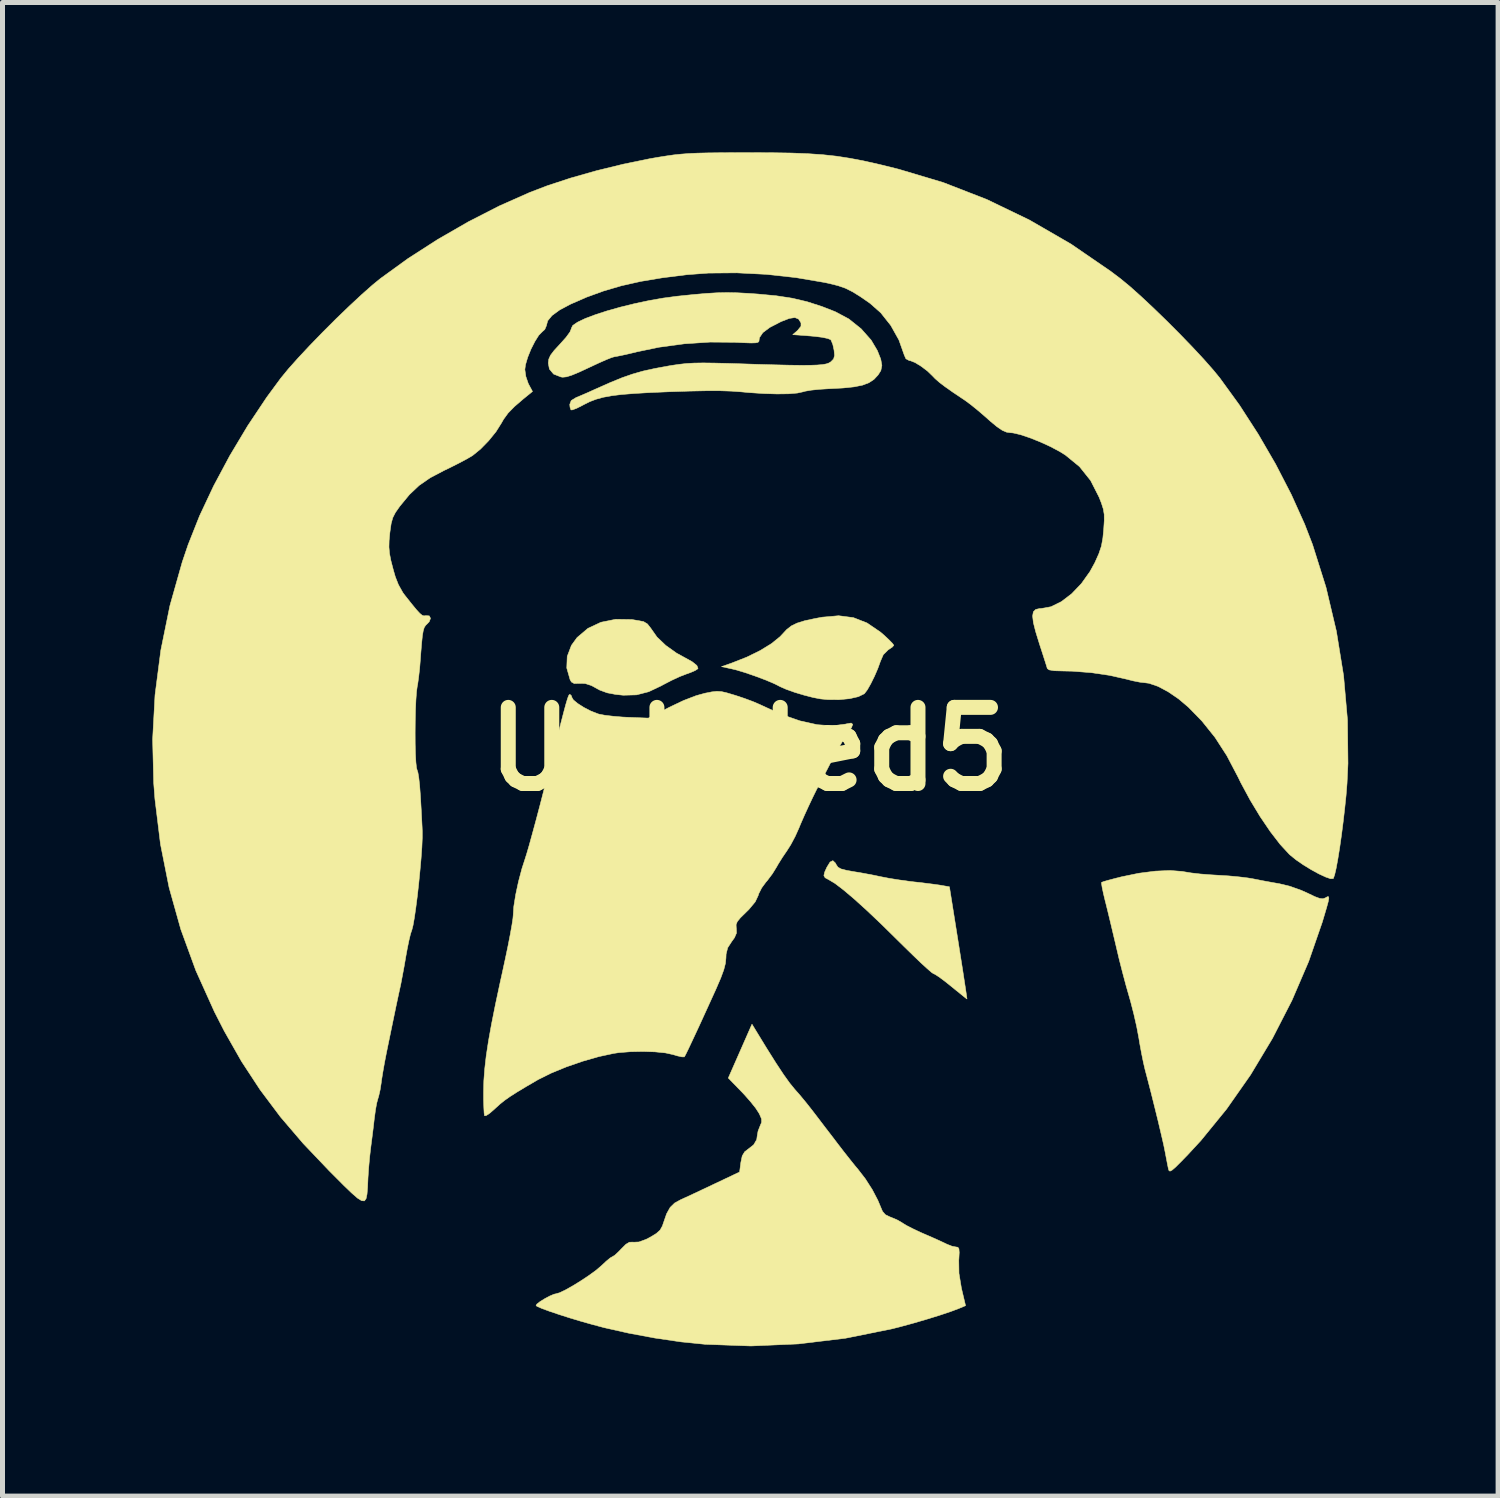
<source format=kicad_pcb>
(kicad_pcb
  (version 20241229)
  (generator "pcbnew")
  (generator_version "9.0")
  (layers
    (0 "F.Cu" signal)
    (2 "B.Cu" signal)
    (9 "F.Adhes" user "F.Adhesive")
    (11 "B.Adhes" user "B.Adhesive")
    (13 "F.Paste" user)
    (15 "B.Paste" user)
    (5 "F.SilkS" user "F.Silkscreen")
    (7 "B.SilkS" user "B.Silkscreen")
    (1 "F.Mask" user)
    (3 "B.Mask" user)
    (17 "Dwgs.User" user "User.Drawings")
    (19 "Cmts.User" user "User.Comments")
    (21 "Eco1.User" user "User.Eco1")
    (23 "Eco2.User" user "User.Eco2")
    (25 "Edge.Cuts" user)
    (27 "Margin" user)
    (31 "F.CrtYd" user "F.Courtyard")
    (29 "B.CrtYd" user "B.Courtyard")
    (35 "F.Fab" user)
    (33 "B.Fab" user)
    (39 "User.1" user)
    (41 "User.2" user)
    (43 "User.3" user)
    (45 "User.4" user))
  (footprint "Untitled5"
    (layer "F.Cu")
    (at 11.949 11.943)
    (property "Reference" "Untitled5" (at 0 0 0) (layer "F.SilkS") (effects (font (size 1.524 1.524) (thickness 0.3))))
    (attr through_hole)
    (fp_poly (pts (xy -2.35 -2.593) (xy -2.119 -2.552) (xy -2.04 -2.504) (xy -1.971 -2.416) (xy -1.966 -2.408) (xy -1.849 -2.242) (xy -1.674 -2.075) (xy -1.46 -1.922) (xy -1.309 -1.839) (xy -1.146 -1.749) (xy -1.051 -1.673) (xy -1.028 -1.616) (xy -1.032 -1.608) (xy -1.08 -1.575) (xy -1.178 -1.532) (xy -1.261 -1.503) (xy -1.395 -1.451) (xy -1.563 -1.373) (xy -1.732 -1.285) (xy -1.758 -1.27) (xy -2.015 -1.148) (xy -2.26 -1.085) (xy -2.524 -1.078) (xy -2.677 -1.094) (xy -2.846 -1.126) (xy -2.996 -1.181) (xy -3.165 -1.273) (xy -3.165 -1.273) (xy -3.289 -1.313) (xy -3.405 -1.315) (xy -3.506 -1.312) (xy -3.562 -1.343) (xy -3.588 -1.388) (xy -3.655 -1.622) (xy -3.646 -1.855) (xy -3.562 -2.076) (xy -3.449 -2.232) (xy -3.232 -2.416) (xy -2.972 -2.538) (xy -2.675 -2.598) (xy -2.35 -2.593)) (stroke (width 0.01) (type solid)) (fill yes) (layer "F.SilkS"))
    (fp_poly (pts (xy 2.082 -2.631) (xy 2.357 -2.523) (xy 2.624 -2.341) (xy 2.696 -2.279) (xy 2.794 -2.187) (xy 2.865 -2.114) (xy 2.891 -2.077) (xy 2.861 -2.042) (xy 2.787 -1.992) (xy 2.782 -1.99) (xy 2.68 -1.889) (xy 2.622 -1.755) (xy 2.572 -1.616) (xy 2.505 -1.46) (xy 2.431 -1.31) (xy 2.361 -1.187) (xy 2.305 -1.113) (xy 2.299 -1.107) (xy 2.18 -1.049) (xy 2.005 -1.009) (xy 1.794 -0.989) (xy 1.567 -0.991) (xy 1.426 -1.004) (xy 1.275 -1.033) (xy 1.093 -1.08) (xy 0.906 -1.136) (xy 0.74 -1.195) (xy 0.621 -1.247) (xy 0.608 -1.254) (xy 0.484 -1.316) (xy 0.309 -1.389) (xy 0.106 -1.465) (xy -0.099 -1.535) (xy -0.282 -1.589) (xy -0.363 -1.608) (xy -0.558 -1.65) (xy -0.348 -1.724) (xy -0.051 -1.841) (xy 0.218 -1.973) (xy 0.445 -2.113) (xy 0.615 -2.251) (xy 0.659 -2.298) (xy 0.747 -2.393) (xy 0.841 -2.466) (xy 0.956 -2.522) (xy 1.108 -2.569) (xy 1.313 -2.613) (xy 1.458 -2.64) (xy 1.786 -2.669) (xy 2.082 -2.631)) (stroke (width 0.01) (type solid)) (fill yes) (layer "F.SilkS"))
    (fp_poly (pts (xy 1.723 2.282) (xy 1.739 2.315) (xy 1.773 2.364) (xy 1.835 2.399) (xy 1.944 2.427) (xy 2.071 2.45) (xy 2.267 2.483) (xy 2.481 2.523) (xy 2.638 2.556) (xy 2.804 2.588) (xy 3.012 2.621) (xy 3.226 2.65) (xy 3.302 2.659) (xy 3.488 2.68) (xy 3.664 2.702) (xy 3.801 2.721) (xy 3.848 2.729) (xy 4.004 2.756) (xy 4.183 3.879) (xy 4.228 4.164) (xy 4.269 4.423) (xy 4.303 4.645) (xy 4.33 4.822) (xy 4.348 4.943) (xy 4.355 4.999) (xy 4.355 5.002) (xy 4.324 4.979) (xy 4.246 4.916) (xy 4.133 4.825) (xy 4.04 4.749) (xy 3.906 4.642) (xy 3.792 4.558) (xy 3.711 4.506) (xy 3.684 4.495) (xy 3.644 4.468) (xy 3.558 4.393) (xy 3.432 4.278) (xy 3.277 4.129) (xy 3.099 3.955) (xy 2.961 3.819) (xy 2.641 3.504) (xy 2.352 3.23) (xy 2.098 3) (xy 1.884 2.819) (xy 1.714 2.689) (xy 1.59 2.615) (xy 1.587 2.613) (xy 1.516 2.575) (xy 1.491 2.531) (xy 1.508 2.46) (xy 1.551 2.365) (xy 1.615 2.261) (xy 1.671 2.233) (xy 1.723 2.282)) (stroke (width 0.01) (type solid)) (fill yes) (layer "F.SilkS"))
    (fp_poly (pts (xy 8.666 2.449) (xy 8.715 2.458) (xy 8.844 2.479) (xy 9.025 2.5) (xy 9.23 2.516) (xy 9.378 2.525) (xy 9.59 2.538) (xy 9.803 2.558) (xy 9.987 2.581) (xy 10.082 2.597) (xy 10.264 2.633) (xy 10.47 2.671) (xy 10.609 2.695) (xy 10.819 2.746) (xy 11.046 2.827) (xy 11.169 2.882) (xy 11.317 2.953) (xy 11.415 2.989) (xy 11.48 2.996) (xy 11.529 2.978) (xy 11.53 2.977) (xy 11.569 2.955) (xy 11.592 2.955) (xy 11.598 2.985) (xy 11.585 3.056) (xy 11.552 3.177) (xy 11.498 3.359) (xy 11.467 3.463) (xy 11.195 4.249) (xy 10.86 5.029) (xy 10.47 5.789) (xy 10.032 6.519) (xy 9.552 7.204) (xy 9.039 7.833) (xy 8.773 8.121) (xy 8.626 8.272) (xy 8.524 8.373) (xy 8.458 8.429) (xy 8.419 8.448) (xy 8.398 8.436) (xy 8.387 8.402) (xy 8.368 8.31) (xy 8.342 8.175) (xy 8.322 8.069) (xy 8.292 7.921) (xy 8.244 7.713) (xy 8.184 7.458) (xy 8.114 7.174) (xy 8.039 6.873) (xy 7.961 6.572) (xy 7.918 6.409) (xy 7.887 6.275) (xy 7.85 6.094) (xy 7.813 5.893) (xy 7.795 5.783) (xy 7.753 5.56) (xy 7.695 5.304) (xy 7.631 5.055) (xy 7.599 4.943) (xy 7.539 4.733) (xy 7.471 4.478) (xy 7.403 4.212) (xy 7.345 3.966) (xy 7.289 3.729) (xy 7.23 3.48) (xy 7.174 3.248) (xy 7.128 3.062) (xy 7.125 3.052) (xy 7.087 2.894) (xy 7.06 2.766) (xy 7.048 2.686) (xy 7.049 2.668) (xy 7.093 2.651) (xy 7.195 2.622) (xy 7.339 2.584) (xy 7.451 2.556) (xy 7.796 2.485) (xy 8.124 2.443) (xy 8.42 2.43) (xy 8.666 2.449)) (stroke (width 0.01) (type solid)) (fill yes) (layer "F.SilkS"))
    (fp_poly (pts (xy 0.118 5.615) (xy 0.341 5.98) (xy 0.529 6.279) (xy 0.684 6.514) (xy 0.808 6.687) (xy 0.902 6.802) (xy 0.903 6.804) (xy 1.005 6.919) (xy 1.129 7.069) (xy 1.251 7.223) (xy 1.271 7.249) (xy 1.385 7.398) (xy 1.525 7.582) (xy 1.672 7.773) (xy 1.766 7.897) (xy 1.89 8.058) (xy 2.01 8.21) (xy 2.11 8.335) (xy 2.169 8.405) (xy 2.32 8.6) (xy 2.461 8.82) (xy 2.573 9.035) (xy 2.614 9.133) (xy 2.664 9.252) (xy 2.723 9.32) (xy 2.814 9.364) (xy 2.829 9.369) (xy 2.951 9.42) (xy 3.055 9.479) (xy 3.066 9.487) (xy 3.14 9.533) (xy 3.265 9.597) (xy 3.419 9.67) (xy 3.501 9.706) (xy 3.665 9.777) (xy 3.812 9.843) (xy 3.921 9.894) (xy 3.953 9.91) (xy 4.055 9.95) (xy 4.133 9.965) (xy 4.173 9.971) (xy 4.194 10.002) (xy 4.2 10.075) (xy 4.193 10.207) (xy 4.191 10.228) (xy 4.195 10.493) (xy 4.243 10.785) (xy 4.25 10.816) (xy 4.327 11.14) (xy 4.194 11.196) (xy 4.029 11.258) (xy 3.808 11.332) (xy 3.55 11.412) (xy 3.276 11.492) (xy 3.004 11.566) (xy 2.849 11.605) (xy 1.923 11.792) (xy 0.979 11.906) (xy 0.031 11.947) (xy -0.879 11.914) (xy -1.367 11.865) (xy -1.892 11.788) (xy -2.423 11.689) (xy -2.906 11.58) (xy -3.128 11.521) (xy -3.363 11.455) (xy -3.596 11.385) (xy -3.815 11.315) (xy -4.005 11.251) (xy -4.154 11.196) (xy -4.247 11.155) (xy -4.27 11.14) (xy -4.255 11.11) (xy -4.19 11.059) (xy -4.097 11.001) (xy -3.996 10.947) (xy -3.91 10.911) (xy -3.87 10.902) (xy -3.797 10.881) (xy -3.677 10.823) (xy -3.528 10.739) (xy -3.367 10.639) (xy -3.209 10.534) (xy -3.071 10.434) (xy -2.97 10.348) (xy -2.968 10.346) (xy -2.867 10.252) (xy -2.786 10.185) (xy -2.742 10.16) (xy -2.697 10.133) (xy -2.622 10.064) (xy -2.565 10.005) (xy -2.472 9.912) (xy -2.401 9.87) (xy -2.329 9.868) (xy -2.316 9.87) (xy -2.209 9.865) (xy -2.066 9.812) (xy -1.989 9.772) (xy -1.863 9.696) (xy -1.787 9.628) (xy -1.741 9.545) (xy -1.721 9.486) (xy -1.657 9.301) (xy -1.586 9.174) (xy -1.495 9.085) (xy -1.376 9.02) (xy -1.271 8.972) (xy -1.116 8.9) (xy -0.929 8.812) (xy -0.73 8.718) (xy -0.694 8.701) (xy -0.196 8.465) (xy -0.171 8.275) (xy -0.143 8.142) (xy -0.094 8.06) (xy -0.043 8.021) (xy 0.086 7.92) (xy 0.147 7.815) (xy 0.156 7.747) (xy 0.174 7.645) (xy 0.213 7.546) (xy 0.245 7.469) (xy 0.243 7.401) (xy 0.203 7.308) (xy 0.19 7.284) (xy 0.127 7.187) (xy 0.025 7.059) (xy -0.098 6.919) (xy -0.156 6.858) (xy -0.422 6.584) (xy 0.052 5.506) (xy 0.118 5.615)) (stroke (width 0.01) (type solid)) (fill yes) (layer "F.SilkS"))
    (fp_poly (pts (xy -0.556 -1.15) (xy -0.442 -1.123) (xy -0.281 -1.075) (xy -0.275 -1.073) (xy -0.098 -1.014) (xy 0.074 -0.95) (xy 0.209 -0.892) (xy 0.234 -0.88) (xy 0.635 -0.696) (xy 1.012 -0.565) (xy 1.358 -0.488) (xy 1.666 -0.466) (xy 1.93 -0.501) (xy 1.944 -0.505) (xy 2.037 -0.521) (xy 2.069 -0.496) (xy 2.042 -0.426) (xy 1.98 -0.336) (xy 1.896 -0.21) (xy 1.79 -0.03) (xy 1.669 0.189) (xy 1.545 0.431) (xy 1.535 0.449) (xy 1.475 0.569) (xy 1.424 0.666) (xy 1.403 0.703) (xy 1.347 0.806) (xy 1.271 0.96) (xy 1.185 1.142) (xy 1.099 1.33) (xy 1.023 1.504) (xy 0.993 1.578) (xy 0.918 1.745) (xy 0.83 1.911) (xy 0.756 2.028) (xy 0.664 2.163) (xy 0.576 2.304) (xy 0.542 2.364) (xy 0.461 2.495) (xy 0.36 2.63) (xy 0.331 2.663) (xy 0.247 2.777) (xy 0.187 2.895) (xy 0.175 2.934) (xy 0.117 3.057) (xy -0.008 3.208) (xy -0.069 3.268) (xy -0.18 3.377) (xy -0.242 3.453) (xy -0.266 3.514) (xy -0.263 3.578) (xy -0.261 3.589) (xy -0.258 3.682) (xy -0.298 3.775) (xy -0.353 3.851) (xy -0.434 3.976) (xy -0.466 4.104) (xy -0.469 4.18) (xy -0.479 4.287) (xy -0.512 4.416) (xy -0.573 4.582) (xy -0.667 4.8) (xy -0.68 4.829) (xy -0.859 5.222) (xy -1.008 5.548) (xy -1.128 5.805) (xy -1.217 5.994) (xy -1.275 6.113) (xy -1.302 6.161) (xy -1.303 6.161) (xy -1.348 6.161) (xy -1.443 6.14) (xy -1.526 6.115) (xy -1.68 6.081) (xy -1.888 6.06) (xy -2.128 6.052) (xy -2.376 6.057) (xy -2.609 6.075) (xy -2.716 6.091) (xy -3.013 6.155) (xy -3.337 6.248) (xy -3.664 6.361) (xy -3.966 6.485) (xy -4.218 6.61) (xy -4.236 6.62) (xy -4.473 6.758) (xy -4.654 6.867) (xy -4.793 6.956) (xy -4.902 7.033) (xy -4.995 7.108) (xy -5.084 7.189) (xy -5.1 7.204) (xy -5.195 7.287) (xy -5.267 7.335) (xy -5.3 7.339) (xy -5.309 7.287) (xy -5.315 7.175) (xy -5.32 7.019) (xy -5.32 6.861) (xy -5.315 6.638) (xy -5.297 6.4) (xy -5.267 6.138) (xy -5.222 5.843) (xy -5.161 5.504) (xy -5.083 5.113) (xy -4.986 4.659) (xy -4.943 4.465) (xy -4.884 4.192) (xy -4.83 3.935) (xy -4.786 3.708) (xy -4.753 3.523) (xy -4.733 3.392) (xy -4.728 3.338) (xy -4.715 3.149) (xy -4.677 2.912) (xy -4.621 2.651) (xy -4.552 2.391) (xy -4.495 2.215) (xy -4.458 2.098) (xy -4.405 1.917) (xy -4.341 1.684) (xy -4.267 1.412) (xy -4.188 1.112) (xy -4.107 0.797) (xy -4.068 0.645) (xy -3.965 0.237) (xy -3.88 -0.102) (xy -3.81 -0.377) (xy -3.753 -0.597) (xy -3.709 -0.766) (xy -3.675 -0.892) (xy -3.649 -0.98) (xy -3.63 -1.038) (xy -3.616 -1.072) (xy -3.605 -1.089) (xy -3.595 -1.094) (xy -3.59 -1.094) (xy -3.559 -1.063) (xy -3.556 -1.04) (xy -3.523 -0.984) (xy -3.436 -0.912) (xy -3.314 -0.834) (xy -3.175 -0.762) (xy -3.04 -0.709) (xy -3.009 -0.699) (xy -2.893 -0.677) (xy -2.726 -0.657) (xy -2.535 -0.641) (xy -2.428 -0.636) (xy -2.023 -0.62) (xy -1.596 -0.84) (xy -1.318 -0.972) (xy -1.066 -1.069) (xy -0.889 -1.118) (xy -0.752 -1.145) (xy -0.65 -1.156) (xy -0.556 -1.15)) (stroke (width 0.01) (type solid)) (fill yes) (layer "F.SilkS"))
    (fp_poly (pts (xy -0.244 -9.133) (xy -0.02 -9.121) (xy 0.166 -9.108) (xy 0.538 -9.073) (xy 0.859 -9.024) (xy 1.155 -8.954) (xy 1.453 -8.858) (xy 1.719 -8.754) (xy 1.991 -8.609) (xy 2.236 -8.413) (xy 2.437 -8.186) (xy 2.561 -7.977) (xy 2.629 -7.806) (xy 2.652 -7.679) (xy 2.631 -7.575) (xy 2.576 -7.488) (xy 2.493 -7.399) (xy 2.393 -7.333) (xy 2.264 -7.284) (xy 2.094 -7.25) (xy 1.87 -7.227) (xy 1.583 -7.212) (xy 1.402 -7.201) (xy 1.238 -7.184) (xy 1.116 -7.163) (xy 1.075 -7.151) (xy 0.96 -7.126) (xy 0.781 -7.111) (xy 0.552 -7.108) (xy 0.286 -7.116) (xy -0.003 -7.135) (xy -0.163 -7.15) (xy -0.355 -7.164) (xy -0.586 -7.172) (xy -0.864 -7.172) (xy -1.2 -7.165) (xy -1.603 -7.152) (xy -1.627 -7.151) (xy -2.002 -7.135) (xy -2.309 -7.117) (xy -2.558 -7.097) (xy -2.761 -7.072) (xy -2.928 -7.041) (xy -3.069 -7.002) (xy -3.195 -6.954) (xy -3.315 -6.894) (xy -3.346 -6.877) (xy -3.457 -6.821) (xy -3.54 -6.79) (xy -3.571 -6.788) (xy -3.59 -6.843) (xy -3.595 -6.899) (xy -3.566 -6.976) (xy -3.47 -7.035) (xy -3.468 -7.036) (xy -3.369 -7.077) (xy -3.228 -7.138) (xy -3.076 -7.207) (xy -3.068 -7.21) (xy -2.785 -7.336) (xy -2.55 -7.432) (xy -2.338 -7.506) (xy -2.128 -7.566) (xy -1.896 -7.617) (xy -1.62 -7.668) (xy -1.549 -7.68) (xy -1.404 -7.701) (xy -1.262 -7.717) (xy -1.106 -7.726) (xy -0.923 -7.729) (xy -0.697 -7.726) (xy -0.414 -7.719) (xy -0.279 -7.715) (xy 0.148 -7.701) (xy 0.505 -7.691) (xy 0.797 -7.684) (xy 1.032 -7.681) (xy 1.217 -7.682) (xy 1.358 -7.687) (xy 1.463 -7.696) (xy 1.538 -7.709) (xy 1.59 -7.727) (xy 1.627 -7.749) (xy 1.628 -7.749) (xy 1.686 -7.808) (xy 1.705 -7.879) (xy 1.695 -7.984) (xy 1.67 -8.098) (xy 1.636 -8.181) (xy 1.627 -8.194) (xy 1.57 -8.218) (xy 1.456 -8.242) (xy 1.303 -8.261) (xy 1.225 -8.268) (xy 0.868 -8.295) (xy 0.964 -8.378) (xy 1.033 -8.463) (xy 1.033 -8.53) (xy 0.985 -8.607) (xy 0.911 -8.637) (xy 0.799 -8.62) (xy 0.636 -8.557) (xy 0.626 -8.552) (xy 0.409 -8.44) (xy 0.269 -8.335) (xy 0.202 -8.235) (xy 0.195 -8.193) (xy 0.192 -8.162) (xy 0.172 -8.141) (xy 0.124 -8.131) (xy 0.035 -8.128) (xy -0.107 -8.133) (xy -0.303 -8.142) (xy -0.785 -8.146) (xy -1.3 -8.112) (xy -1.811 -8.043) (xy -2.247 -7.952) (xy -2.417 -7.911) (xy -2.562 -7.879) (xy -2.663 -7.859) (xy -2.697 -7.854) (xy -2.754 -7.838) (xy -2.865 -7.794) (xy -3.014 -7.728) (xy -3.188 -7.647) (xy -3.205 -7.639) (xy -3.407 -7.545) (xy -3.554 -7.484) (xy -3.659 -7.451) (xy -3.736 -7.443) (xy -3.771 -7.448) (xy -3.919 -7.506) (xy -4.003 -7.607) (xy -4.025 -7.727) (xy -4.015 -7.805) (xy -3.98 -7.883) (xy -3.907 -7.979) (xy -3.788 -8.108) (xy -3.669 -8.241) (xy -3.591 -8.348) (xy -3.563 -8.417) (xy -3.563 -8.423) (xy -3.535 -8.479) (xy -3.44 -8.544) (xy -3.288 -8.617) (xy -3.087 -8.693) (xy -2.85 -8.77) (xy -2.584 -8.845) (xy -2.3 -8.915) (xy -2.008 -8.977) (xy -1.718 -9.028) (xy -1.439 -9.065) (xy -1.426 -9.066) (xy -1.115 -9.098) (xy -0.861 -9.12) (xy -0.645 -9.133) (xy -0.446 -9.137) (xy -0.244 -9.133)) (stroke (width 0.01) (type solid)) (fill yes) (layer "F.SilkS"))
    (fp_poly (pts (xy 0.462 -11.936) (xy 0.84 -11.93) (xy 1.17 -11.917) (xy 1.466 -11.897) (xy 1.742 -11.867) (xy 2.013 -11.825) (xy 2.294 -11.771) (xy 2.598 -11.703) (xy 2.942 -11.618) (xy 2.989 -11.606) (xy 3.877 -11.341) (xy 4.752 -11.001) (xy 5.606 -10.589) (xy 6.436 -10.109) (xy 7.233 -9.562) (xy 7.425 -9.417) (xy 7.61 -9.265) (xy 7.833 -9.066) (xy 8.083 -8.832) (xy 8.346 -8.577) (xy 8.611 -8.312) (xy 8.864 -8.05) (xy 9.094 -7.803) (xy 9.288 -7.583) (xy 9.417 -7.425) (xy 9.809 -6.885) (xy 10.184 -6.304) (xy 10.534 -5.701) (xy 10.847 -5.094) (xy 11.114 -4.501) (xy 11.271 -4.095) (xy 11.541 -3.238) (xy 11.749 -2.359) (xy 11.893 -1.47) (xy 11.971 -0.583) (xy 11.981 0.288) (xy 11.962 0.688) (xy 11.943 0.926) (xy 11.916 1.186) (xy 11.885 1.455) (xy 11.851 1.721) (xy 11.815 1.973) (xy 11.779 2.197) (xy 11.745 2.383) (xy 11.714 2.517) (xy 11.689 2.587) (xy 11.686 2.592) (xy 11.633 2.595) (xy 11.532 2.56) (xy 11.397 2.497) (xy 11.244 2.413) (xy 11.087 2.317) (xy 10.942 2.217) (xy 10.824 2.121) (xy 10.808 2.107) (xy 10.625 1.909) (xy 10.427 1.652) (xy 10.223 1.351) (xy 10.023 1.02) (xy 9.837 0.675) (xy 9.781 0.56) (xy 9.557 0.133) (xy 9.32 -0.234) (xy 9.057 -0.562) (xy 8.79 -0.836) (xy 8.589 -1.006) (xy 8.379 -1.149) (xy 8.177 -1.256) (xy 7.999 -1.317) (xy 7.907 -1.329) (xy 7.816 -1.339) (xy 7.68 -1.366) (xy 7.528 -1.404) (xy 7.525 -1.405) (xy 7.202 -1.477) (xy 6.838 -1.53) (xy 6.467 -1.559) (xy 6.281 -1.563) (xy 6.105 -1.568) (xy 6.001 -1.585) (xy 5.963 -1.612) (xy 5.947 -1.667) (xy 5.911 -1.779) (xy 5.862 -1.932) (xy 5.808 -2.098) (xy 5.731 -2.347) (xy 5.684 -2.533) (xy 5.669 -2.664) (xy 5.684 -2.748) (xy 5.731 -2.795) (xy 5.81 -2.813) (xy 5.841 -2.814) (xy 6.037 -2.849) (xy 6.244 -2.951) (xy 6.45 -3.108) (xy 6.645 -3.312) (xy 6.817 -3.553) (xy 6.915 -3.732) (xy 6.995 -3.911) (xy 7.046 -4.063) (xy 7.075 -4.223) (xy 7.092 -4.396) (xy 7.103 -4.571) (xy 7.102 -4.697) (xy 7.084 -4.805) (xy 7.046 -4.923) (xy 7 -5.041) (xy 6.83 -5.375) (xy 6.608 -5.653) (xy 6.326 -5.884) (xy 6.209 -5.957) (xy 6.022 -6.056) (xy 5.816 -6.15) (xy 5.609 -6.232) (xy 5.423 -6.294) (xy 5.277 -6.328) (xy 5.229 -6.332) (xy 5.148 -6.343) (xy 5.062 -6.38) (xy 4.957 -6.451) (xy 4.819 -6.565) (xy 4.722 -6.652) (xy 4.58 -6.774) (xy 4.435 -6.892) (xy 4.313 -6.982) (xy 4.298 -6.992) (xy 4.081 -7.137) (xy 3.919 -7.251) (xy 3.801 -7.341) (xy 3.716 -7.416) (xy 3.673 -7.461) (xy 3.565 -7.566) (xy 3.438 -7.662) (xy 3.315 -7.737) (xy 3.218 -7.775) (xy 3.2 -7.776) (xy 3.133 -7.812) (xy 3.101 -7.884) (xy 2.993 -8.188) (xy 2.831 -8.478) (xy 2.63 -8.732) (xy 2.416 -8.921) (xy 2.22 -9.057) (xy 2.063 -9.154) (xy 1.923 -9.224) (xy 1.776 -9.275) (xy 1.601 -9.319) (xy 1.502 -9.34) (xy 0.932 -9.437) (xy 0.339 -9.502) (xy -0.254 -9.532) (xy -0.822 -9.527) (xy -1.25 -9.495) (xy -1.743 -9.433) (xy -2.174 -9.361) (xy -2.56 -9.274) (xy -2.918 -9.169) (xy -3.265 -9.043) (xy -3.282 -9.035) (xy -3.576 -8.907) (xy -3.798 -8.789) (xy -3.95 -8.678) (xy -4.037 -8.572) (xy -4.064 -8.471) (xy -4.095 -8.399) (xy -4.146 -8.353) (xy -4.215 -8.283) (xy -4.293 -8.159) (xy -4.371 -8.005) (xy -4.437 -7.842) (xy -4.481 -7.693) (xy -4.494 -7.597) (xy -4.474 -7.457) (xy -4.426 -7.317) (xy -4.417 -7.3) (xy -4.341 -7.158) (xy -4.525 -7.008) (xy -4.702 -6.856) (xy -4.829 -6.726) (xy -4.92 -6.601) (xy -4.965 -6.522) (xy -5.072 -6.352) (xy -5.219 -6.171) (xy -5.382 -6.004) (xy -5.537 -5.878) (xy -5.554 -5.867) (xy -5.662 -5.804) (xy -5.818 -5.721) (xy -5.997 -5.631) (xy -6.116 -5.574) (xy -6.389 -5.43) (xy -6.61 -5.277) (xy -6.804 -5.094) (xy -6.996 -4.861) (xy -7.004 -4.85) (xy -7.086 -4.733) (xy -7.138 -4.63) (xy -7.17 -4.514) (xy -7.193 -4.353) (xy -7.197 -4.323) (xy -7.211 -4.17) (xy -7.214 -4.042) (xy -7.203 -3.916) (xy -7.175 -3.772) (xy -7.127 -3.588) (xy -7.087 -3.449) (xy -7.025 -3.291) (xy -6.936 -3.132) (xy -6.896 -3.078) (xy -6.761 -2.908) (xy -6.665 -2.791) (xy -6.598 -2.718) (xy -6.551 -2.679) (xy -6.515 -2.666) (xy -6.481 -2.67) (xy -6.478 -2.671) (xy -6.407 -2.666) (xy -6.382 -2.617) (xy -6.409 -2.548) (xy -6.444 -2.511) (xy -6.48 -2.476) (xy -6.508 -2.433) (xy -6.528 -2.367) (xy -6.545 -2.267) (xy -6.56 -2.119) (xy -6.577 -1.912) (xy -6.585 -1.798) (xy -6.6 -1.613) (xy -6.62 -1.437) (xy -6.639 -1.299) (xy -6.647 -1.261) (xy -6.662 -1.151) (xy -6.674 -0.988) (xy -6.683 -0.787) (xy -6.688 -0.563) (xy -6.69 -0.331) (xy -6.689 -0.106) (xy -6.684 0.096) (xy -6.675 0.261) (xy -6.663 0.374) (xy -6.652 0.414) (xy -6.634 0.47) (xy -6.617 0.573) (xy -6.6 0.727) (xy -6.584 0.94) (xy -6.568 1.218) (xy -6.55 1.567) (xy -6.547 1.641) (xy -6.547 1.777) (xy -6.555 1.964) (xy -6.571 2.188) (xy -6.593 2.435) (xy -6.618 2.691) (xy -6.646 2.942) (xy -6.676 3.175) (xy -6.705 3.375) (xy -6.732 3.529) (xy -6.756 3.623) (xy -6.761 3.636) (xy -6.783 3.702) (xy -6.813 3.827) (xy -6.847 3.992) (xy -6.876 4.151) (xy -6.91 4.349) (xy -6.945 4.536) (xy -6.974 4.69) (xy -6.991 4.769) (xy -7.025 4.925) (xy -7.071 5.141) (xy -7.125 5.402) (xy -7.185 5.692) (xy -7.247 5.993) (xy -7.264 6.076) (xy -7.302 6.271) (xy -7.336 6.464) (xy -7.362 6.625) (xy -7.369 6.682) (xy -7.391 6.823) (xy -7.419 6.946) (xy -7.434 6.995) (xy -7.458 7.082) (xy -7.483 7.218) (xy -7.504 7.375) (xy -7.506 7.386) (xy -7.529 7.587) (xy -7.557 7.81) (xy -7.578 7.972) (xy -7.6 8.162) (xy -7.62 8.384) (xy -7.634 8.59) (xy -7.634 8.597) (xy -7.642 8.775) (xy -7.653 8.909) (xy -7.672 8.999) (xy -7.705 9.043) (xy -7.761 9.039) (xy -7.844 8.987) (xy -7.962 8.884) (xy -8.121 8.731) (xy -8.327 8.524) (xy -8.41 8.441) (xy -8.929 7.896) (xy -9.387 7.36) (xy -9.794 6.817) (xy -10.165 6.251) (xy -10.51 5.644) (xy -10.708 5.256) (xy -11.079 4.433) (xy -11.38 3.608) (xy -11.615 2.769) (xy -11.787 1.903) (xy -11.898 1) (xy -11.923 0.674) (xy -11.944 -0.195) (xy -11.896 -1.083) (xy -11.78 -1.979) (xy -11.598 -2.871) (xy -11.351 -3.745) (xy -11.232 -4.095) (xy -11.005 -4.667) (xy -10.724 -5.265) (xy -10.399 -5.873) (xy -10.041 -6.471) (xy -9.66 -7.042) (xy -9.378 -7.425) (xy -9.226 -7.61) (xy -9.027 -7.833) (xy -8.793 -8.083) (xy -8.538 -8.346) (xy -8.273 -8.611) (xy -8.01 -8.864) (xy -7.763 -9.094) (xy -7.544 -9.288) (xy -7.386 -9.417) (xy -6.833 -9.818) (xy -6.239 -10.2) (xy -5.623 -10.555) (xy -5.003 -10.872) (xy -4.397 -11.141) (xy -4.044 -11.276) (xy -3.575 -11.43) (xy -3.057 -11.577) (xy -2.52 -11.708) (xy -1.995 -11.816) (xy -1.817 -11.847) (xy -1.658 -11.872) (xy -1.512 -11.893) (xy -1.368 -11.908) (xy -1.214 -11.92) (xy -1.038 -11.928) (xy -0.829 -11.933) (xy -0.574 -11.936) (xy -0.261 -11.938) (xy 0.02 -11.938) (xy 0.462 -11.936)) (stroke (width 0.01) (type solid)) (fill yes) (layer "F.SilkS")))
  (gr_rect
    (start -3 -3)
    (end 26.935 26.895)
    (stroke (width 0.1) (type default))
    (fill no)
    (layer "Edge.Cuts")))
</source>
